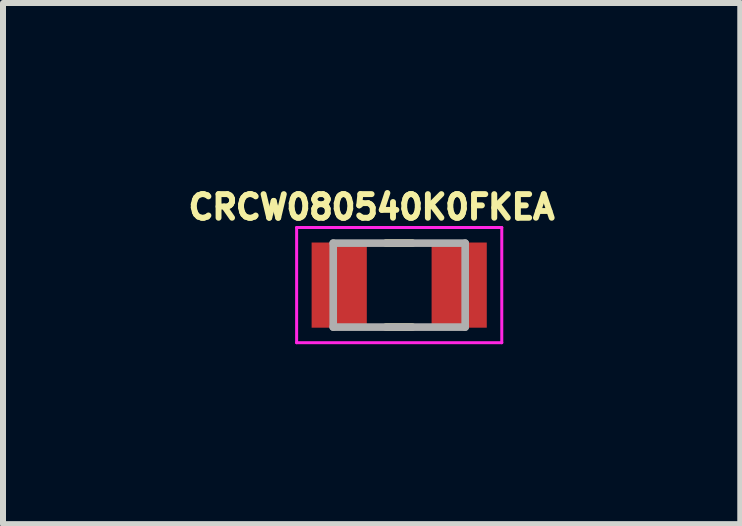
<source format=kicad_pcb>
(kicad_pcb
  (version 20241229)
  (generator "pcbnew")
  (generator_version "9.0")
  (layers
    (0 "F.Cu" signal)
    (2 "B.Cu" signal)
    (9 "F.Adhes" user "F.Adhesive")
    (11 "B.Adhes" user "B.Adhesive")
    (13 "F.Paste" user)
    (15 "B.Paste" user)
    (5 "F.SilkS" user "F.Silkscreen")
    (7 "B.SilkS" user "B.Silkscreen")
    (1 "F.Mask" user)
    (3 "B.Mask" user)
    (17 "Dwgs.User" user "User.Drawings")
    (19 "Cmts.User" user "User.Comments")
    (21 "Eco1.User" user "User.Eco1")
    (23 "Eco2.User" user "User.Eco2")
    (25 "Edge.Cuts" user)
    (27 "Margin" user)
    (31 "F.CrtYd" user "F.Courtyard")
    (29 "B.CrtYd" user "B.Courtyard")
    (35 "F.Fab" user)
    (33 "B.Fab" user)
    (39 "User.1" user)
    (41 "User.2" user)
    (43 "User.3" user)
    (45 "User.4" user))
  (footprint "CRCW080540K0FKEA"
    (layer "F.Cu")
    (at 3.605 1.703)
    (property "Reference" "CRCW080540K0FKEA" (at -0.46 -1.3 0) (layer "F.SilkS") (effects (font (size 0.394 0.394) (thickness 0.15))))
    (attr smd)
    (fp_line (start -0.22 -0.7) (end 0.22 -0.7) (stroke (width 0.127) (type solid)) (layer "F.SilkS"))
    (fp_line (start -0.22 0.7) (end 0.22 0.7) (stroke (width 0.127) (type solid)) (layer "F.SilkS"))
    (fp_line (start -1.71 -0.96) (end 1.71 -0.96) (stroke (width 0.05) (type solid)) (layer "F.CrtYd"))
    (fp_line (start -1.71 0.96) (end -1.71 -0.96) (stroke (width 0.05) (type solid)) (layer "F.CrtYd"))
    (fp_line (start -1.71 0.96) (end 1.71 0.96) (stroke (width 0.05) (type solid)) (layer "F.CrtYd"))
    (fp_line (start 1.71 0.96) (end 1.71 -0.96) (stroke (width 0.05) (type solid)) (layer "F.CrtYd"))
    (fp_line (start -1.1 0.7) (end -1.1 -0.7) (stroke (width 0.127) (type solid)) (layer "F.Fab"))
    (fp_line (start 1.1 -0.7) (end -1.1 -0.7) (stroke (width 0.127) (type solid)) (layer "F.Fab"))
    (fp_line (start 1.1 0.7) (end -1.1 0.7) (stroke (width 0.127) (type solid)) (layer "F.Fab"))
    (fp_line (start 1.1 0.7) (end 1.1 -0.7) (stroke (width 0.127) (type solid)) (layer "F.Fab"))
    (pad "1" smd rect (at -1 0) (size 0.92 1.42) (layers "F.Cu" "F.Mask" "F.Paste"))
    (pad "2" smd rect (at 1 0) (size 0.92 1.42) (layers "F.Cu" "F.Mask" "F.Paste")))
  (gr_rect
    (start -3 -3)
    (end 9.291 5.688)
    (stroke (width 0.1) (type default))
    (fill no)
    (layer "Edge.Cuts")))
</source>
